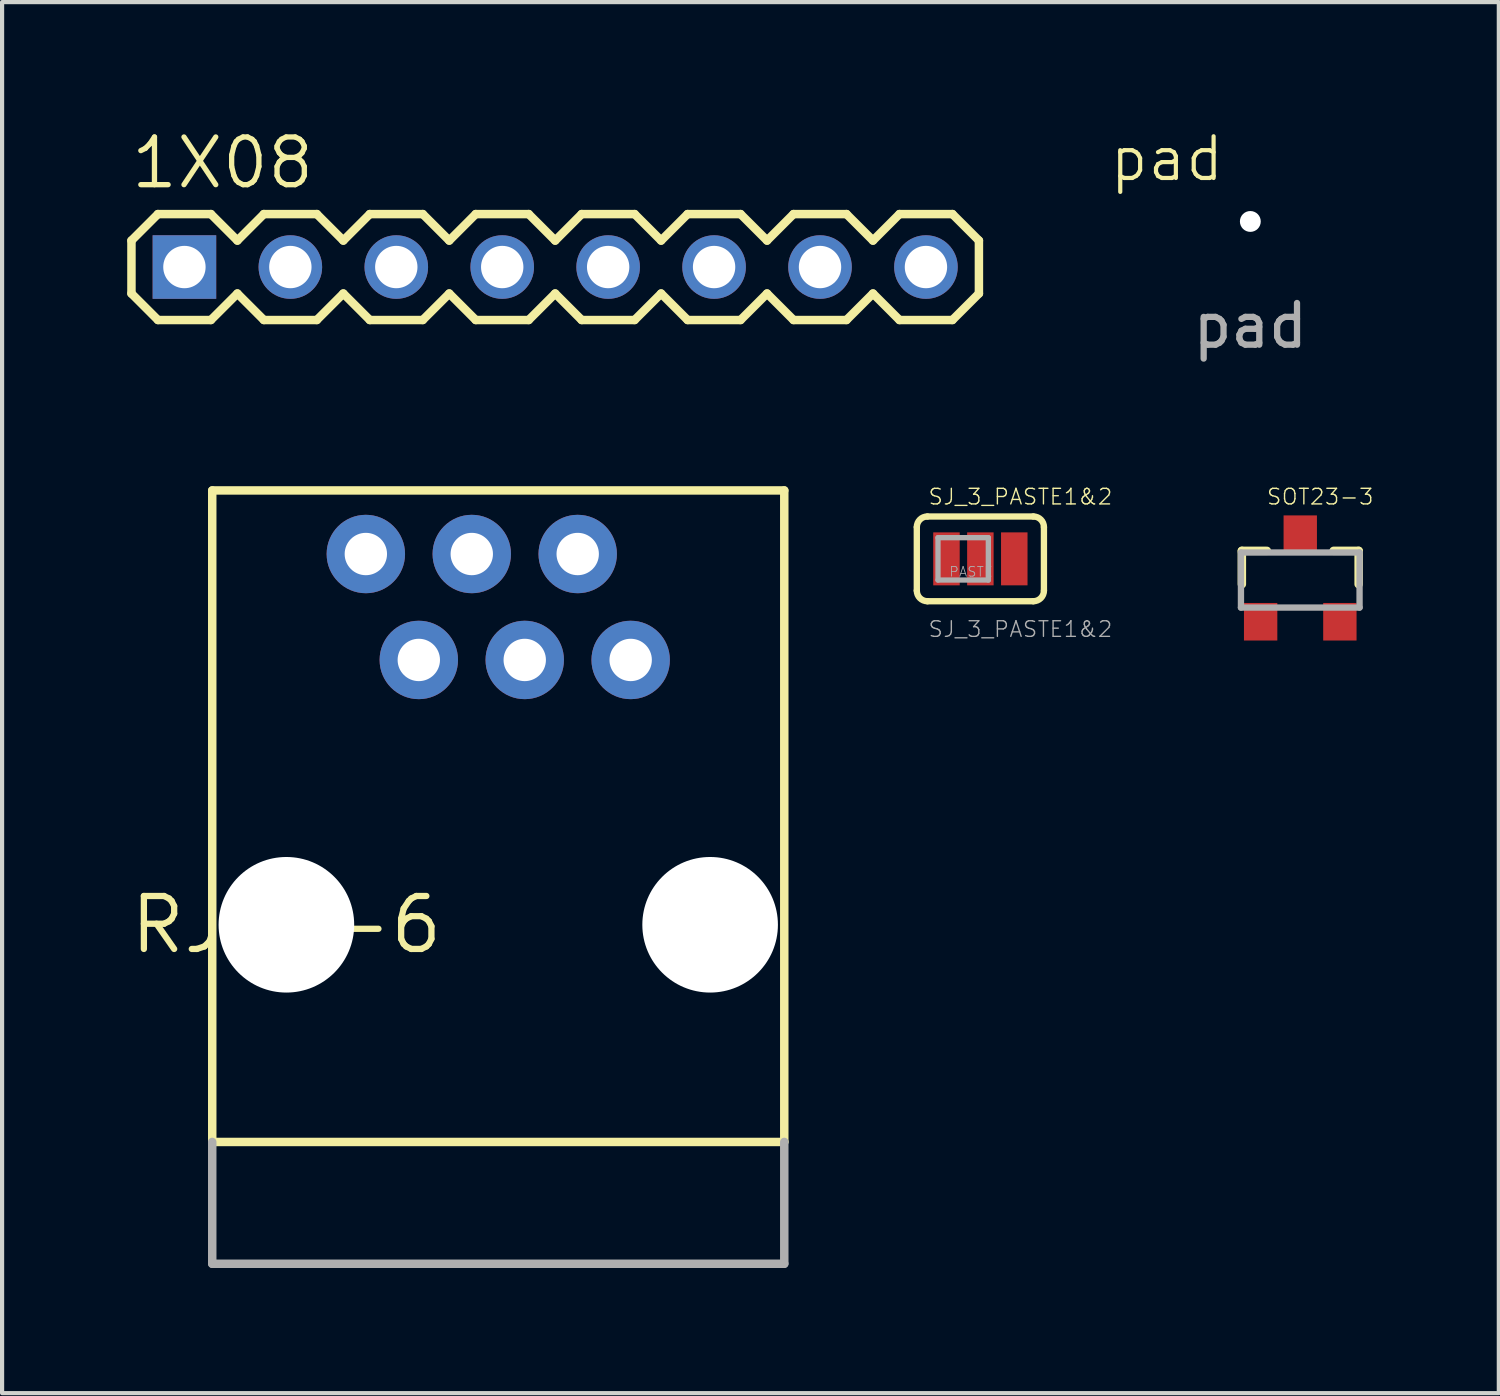
<source format=kicad_pcb>
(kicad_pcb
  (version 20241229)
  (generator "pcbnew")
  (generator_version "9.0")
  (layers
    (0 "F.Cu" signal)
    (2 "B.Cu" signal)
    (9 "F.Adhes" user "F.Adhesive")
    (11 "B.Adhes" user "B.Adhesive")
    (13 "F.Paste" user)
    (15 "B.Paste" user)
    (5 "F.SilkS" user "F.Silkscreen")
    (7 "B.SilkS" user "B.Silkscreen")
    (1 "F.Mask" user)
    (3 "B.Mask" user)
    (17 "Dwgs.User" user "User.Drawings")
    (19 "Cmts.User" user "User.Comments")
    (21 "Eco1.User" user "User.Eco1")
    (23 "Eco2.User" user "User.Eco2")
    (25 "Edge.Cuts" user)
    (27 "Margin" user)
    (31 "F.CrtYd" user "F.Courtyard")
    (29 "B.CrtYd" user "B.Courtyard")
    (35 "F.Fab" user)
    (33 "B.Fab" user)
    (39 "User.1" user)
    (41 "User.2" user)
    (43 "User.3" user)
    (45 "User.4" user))
  (footprint "pad"
    (layer "F.Cu")
    (at 26.93 2.26)
    (property "Reference" "pad" (at -2 -1.5 0) (unlocked yes) (layer "F.SilkS") (effects (font (size 1 1) (thickness 0.1))))
    (fp_text user "${REFERENCE}" (at 0 2.5 0) (unlocked yes) (layer "F.Fab") (effects (font (size 1 1) (thickness 0.15))))
    (pad "" np_thru_hole circle (at 0 0) (size 0.5 0.5) (drill oval 1 4) (layers "*.Cu" "*.Mask")))
  (footprint "SOT23-3"
    (layer "F.Cu")
    (at 28.127 10.858)
    (property "Reference" "SOT23-3" (at -0.826 -1.778 0) (unlocked yes) (layer "F.SilkS") (effects (font (size 0.374 0.374) (thickness 0.033)) (justify left bottom)))
    (fp_line (start -1.4 -0.7) (end -1.4 0.1) (stroke (width 0.203) (type solid)) (layer "F.SilkS"))
    (fp_line (start -0.8 -0.7) (end -1.4 -0.7) (stroke (width 0.203) (type solid)) (layer "F.SilkS"))
    (fp_line (start 0.8 -0.7) (end 1.4 -0.7) (stroke (width 0.203) (type solid)) (layer "F.SilkS"))
    (fp_line (start 1.4 -0.7) (end 1.4 0.1) (stroke (width 0.203) (type solid)) (layer "F.SilkS"))
    (fp_line (start -1.422 -0.66) (end 1.422 -0.66) (stroke (width 0.152) (type solid)) (layer "F.Fab"))
    (fp_line (start -1.422 0.66) (end -1.422 -0.66) (stroke (width 0.152) (type solid)) (layer "F.Fab"))
    (fp_line (start 1.422 -0.66) (end 1.422 0.66) (stroke (width 0.152) (type solid)) (layer "F.Fab"))
    (fp_line (start 1.422 0.66) (end -1.422 0.66) (stroke (width 0.152) (type solid)) (layer "F.Fab"))
    (pad "1" smd rect (at -0.95 1) (size 0.8 0.9) (layers "F.Cu" "F.Mask" "F.Paste"))
    (pad "2" smd rect (at 0.95 1) (size 0.8 0.9) (layers "F.Cu" "F.Mask" "F.Paste"))
    (pad "3" smd rect (at 0 -1.1) (size 0.8 0.9) (layers "F.Cu" "F.Mask" "F.Paste")))
  (footprint "SJ_3_PASTE1&2"
    (layer "F.Cu")
    (at 20.457 10.35)
    (property "Reference" "SJ_3_PASTE1&2" (at -1.27 -1.27 0) (unlocked yes) (layer "F.SilkS") (effects (font (size 0.374 0.374) (thickness 0.033)) (justify left bottom)))
    (property "Value" "SJ_3_PASTE1&2" (at -0.1 0 0) (unlocked yes) (layer "F.Fab") (hide yes) (effects (font (size 0.018 0.018) (thickness 0.002)) (justify left bottom)))
    (fp_line (start -1.524 0.762) (end -1.524 -0.762) (stroke (width 0.152) (type solid)) (layer "F.SilkS"))
    (fp_line (start -1.27 -1.016) (end 1.27 -1.016) (stroke (width 0.152) (type solid)) (layer "F.SilkS"))
    (fp_line (start 1.27 1.016) (end -1.27 1.016) (stroke (width 0.152) (type solid)) (layer "F.SilkS"))
    (fp_line (start 1.524 0.762) (end 1.524 -0.762) (stroke (width 0.152) (type solid)) (layer "F.SilkS"))
    (fp_arc (start -1.524 -0.762) (mid -1.449605 -0.941605) (end -1.27 -1.016) (stroke (width 0.1524) (type solid)) (layer "F.SilkS"))
    (fp_arc (start -1.27 1.016) (mid -1.449605 0.941605) (end -1.524 0.762) (stroke (width 0.1524) (type solid)) (layer "F.SilkS"))
    (fp_arc (start 1.27 -1.016) (mid 1.449605 -0.941605) (end 1.524 -0.762) (stroke (width 0.1524) (type solid)) (layer "F.SilkS"))
    (fp_arc (start 1.524 0.762) (mid 1.449605 0.941605) (end 1.27 1.016) (stroke (width 0.1524) (type solid)) (layer "F.SilkS"))
    (fp_poly (pts (xy -1.448 1.016) (xy 0.279 1.016) (xy 0.279 -0.94) (xy -1.448 -0.94)) (stroke (width 0) (type default)) (fill yes) (layer "F.Paste"))
    (fp_line (start -1.016 -0.508) (end -1.016 0.508) (stroke (width 0.127) (type solid)) (layer "F.Fab"))
    (fp_line (start -1.016 0.508) (end 0.191 0.508) (stroke (width 0.127) (type solid)) (layer "F.Fab"))
    (fp_line (start 0.191 -0.508) (end -1.016 -0.508) (stroke (width 0.127) (type solid)) (layer "F.Fab"))
    (fp_line (start 0.191 0.508) (end 0.191 -0.508) (stroke (width 0.127) (type solid)) (layer "F.Fab"))
    (fp_text user "PASTE" (at -0.762 0.445 0) (unlocked yes) (layer "F.Fab") (effects (font (size 0.234 0.234) (thickness 0.02)) (justify left bottom)))
    (fp_text user "${VALUE}" (at -1.27 1.905 0) (unlocked yes) (layer "F.Fab") (effects (font (size 0.374 0.374) (thickness 0.033)) (justify left bottom)))
    (pad "1" smd rect (at -0.813 0) (size 0.635 1.27) (layers "F.Cu" "F.Mask"))
    (pad "2" smd rect (at 0 0) (size 0.635 1.27) (layers "F.Cu" "F.Mask"))
    (pad "3" smd rect (at 0.813 0) (size 0.635 1.27) (layers "F.Cu" "F.Mask")))
  (footprint "1X08"
    (layer "F.Cu")
    (at 1.372 3.353)
    (property "Reference" "1X08" (at -1.346 -1.829 0) (unlocked yes) (layer "F.SilkS") (effects (font (size 1.143 1.143) (thickness 0.127)) (justify left bottom)))
    (fp_line (start -1.27 -0.635) (end -1.27 0.635) (stroke (width 0.203) (type solid)) (layer "F.SilkS"))
    (fp_line (start -1.27 0.635) (end -0.635 1.27) (stroke (width 0.203) (type solid)) (layer "F.SilkS"))
    (fp_line (start -0.635 -1.27) (end -1.27 -0.635) (stroke (width 0.203) (type solid)) (layer "F.SilkS"))
    (fp_line (start -0.635 -1.27) (end 0.635 -1.27) (stroke (width 0.203) (type solid)) (layer "F.SilkS"))
    (fp_line (start 0.635 -1.27) (end 1.27 -0.635) (stroke (width 0.203) (type solid)) (layer "F.SilkS"))
    (fp_line (start 0.635 1.27) (end -0.635 1.27) (stroke (width 0.203) (type solid)) (layer "F.SilkS"))
    (fp_line (start 1.27 -0.635) (end 1.905 -1.27) (stroke (width 0.203) (type solid)) (layer "F.SilkS"))
    (fp_line (start 1.27 0.635) (end 0.635 1.27) (stroke (width 0.203) (type solid)) (layer "F.SilkS"))
    (fp_line (start 1.905 -1.27) (end 3.175 -1.27) (stroke (width 0.203) (type solid)) (layer "F.SilkS"))
    (fp_line (start 1.905 1.27) (end 1.27 0.635) (stroke (width 0.203) (type solid)) (layer "F.SilkS"))
    (fp_line (start 3.175 -1.27) (end 3.81 -0.635) (stroke (width 0.203) (type solid)) (layer "F.SilkS"))
    (fp_line (start 3.175 1.27) (end 1.905 1.27) (stroke (width 0.203) (type solid)) (layer "F.SilkS"))
    (fp_line (start 3.81 -0.635) (end 4.445 -1.27) (stroke (width 0.203) (type solid)) (layer "F.SilkS"))
    (fp_line (start 3.81 0.635) (end 3.175 1.27) (stroke (width 0.203) (type solid)) (layer "F.SilkS"))
    (fp_line (start 4.445 -1.27) (end 5.715 -1.27) (stroke (width 0.203) (type solid)) (layer "F.SilkS"))
    (fp_line (start 4.445 1.27) (end 3.81 0.635) (stroke (width 0.203) (type solid)) (layer "F.SilkS"))
    (fp_line (start 5.715 -1.27) (end 6.35 -0.635) (stroke (width 0.203) (type solid)) (layer "F.SilkS"))
    (fp_line (start 5.715 1.27) (end 4.445 1.27) (stroke (width 0.203) (type solid)) (layer "F.SilkS"))
    (fp_line (start 6.35 0.635) (end 5.715 1.27) (stroke (width 0.203) (type solid)) (layer "F.SilkS"))
    (fp_line (start 6.35 0.635) (end 6.985 1.27) (stroke (width 0.203) (type solid)) (layer "F.SilkS"))
    (fp_line (start 6.985 -1.27) (end 6.35 -0.635) (stroke (width 0.203) (type solid)) (layer "F.SilkS"))
    (fp_line (start 6.985 -1.27) (end 8.255 -1.27) (stroke (width 0.203) (type solid)) (layer "F.SilkS"))
    (fp_line (start 8.255 -1.27) (end 8.89 -0.635) (stroke (width 0.203) (type solid)) (layer "F.SilkS"))
    (fp_line (start 8.255 1.27) (end 6.985 1.27) (stroke (width 0.203) (type solid)) (layer "F.SilkS"))
    (fp_line (start 8.89 -0.635) (end 9.525 -1.27) (stroke (width 0.203) (type solid)) (layer "F.SilkS"))
    (fp_line (start 8.89 0.635) (end 8.255 1.27) (stroke (width 0.203) (type solid)) (layer "F.SilkS"))
    (fp_line (start 9.525 -1.27) (end 10.795 -1.27) (stroke (width 0.203) (type solid)) (layer "F.SilkS"))
    (fp_line (start 9.525 1.27) (end 8.89 0.635) (stroke (width 0.203) (type solid)) (layer "F.SilkS"))
    (fp_line (start 10.795 -1.27) (end 11.43 -0.635) (stroke (width 0.203) (type solid)) (layer "F.SilkS"))
    (fp_line (start 10.795 1.27) (end 9.525 1.27) (stroke (width 0.203) (type solid)) (layer "F.SilkS"))
    (fp_line (start 11.43 -0.635) (end 12.065 -1.27) (stroke (width 0.203) (type solid)) (layer "F.SilkS"))
    (fp_line (start 11.43 0.635) (end 10.795 1.27) (stroke (width 0.203) (type solid)) (layer "F.SilkS"))
    (fp_line (start 12.065 -1.27) (end 13.335 -1.27) (stroke (width 0.203) (type solid)) (layer "F.SilkS"))
    (fp_line (start 12.065 1.27) (end 11.43 0.635) (stroke (width 0.203) (type solid)) (layer "F.SilkS"))
    (fp_line (start 13.335 -1.27) (end 13.97 -0.635) (stroke (width 0.203) (type solid)) (layer "F.SilkS"))
    (fp_line (start 13.335 1.27) (end 12.065 1.27) (stroke (width 0.203) (type solid)) (layer "F.SilkS"))
    (fp_line (start 13.97 0.635) (end 13.335 1.27) (stroke (width 0.203) (type solid)) (layer "F.SilkS"))
    (fp_line (start 13.97 0.635) (end 14.605 1.27) (stroke (width 0.203) (type solid)) (layer "F.SilkS"))
    (fp_line (start 14.605 -1.27) (end 13.97 -0.635) (stroke (width 0.203) (type solid)) (layer "F.SilkS"))
    (fp_line (start 14.605 -1.27) (end 15.875 -1.27) (stroke (width 0.203) (type solid)) (layer "F.SilkS"))
    (fp_line (start 15.875 -1.27) (end 16.51 -0.635) (stroke (width 0.203) (type solid)) (layer "F.SilkS"))
    (fp_line (start 15.875 1.27) (end 14.605 1.27) (stroke (width 0.203) (type solid)) (layer "F.SilkS"))
    (fp_line (start 16.51 0.635) (end 15.875 1.27) (stroke (width 0.203) (type solid)) (layer "F.SilkS"))
    (fp_line (start 16.51 0.635) (end 17.145 1.27) (stroke (width 0.203) (type solid)) (layer "F.SilkS"))
    (fp_line (start 17.145 -1.27) (end 16.51 -0.635) (stroke (width 0.203) (type solid)) (layer "F.SilkS"))
    (fp_line (start 17.145 -1.27) (end 18.415 -1.27) (stroke (width 0.203) (type solid)) (layer "F.SilkS"))
    (fp_line (start 18.415 -1.27) (end 19.05 -0.635) (stroke (width 0.203) (type solid)) (layer "F.SilkS"))
    (fp_line (start 18.415 1.27) (end 17.145 1.27) (stroke (width 0.203) (type solid)) (layer "F.SilkS"))
    (fp_line (start 19.05 -0.635) (end 19.05 0.635) (stroke (width 0.203) (type solid)) (layer "F.SilkS"))
    (fp_line (start 19.05 0.635) (end 18.415 1.27) (stroke (width 0.203) (type solid)) (layer "F.SilkS"))
    (fp_poly (pts (xy -0.254 0.254) (xy 0.254 0.254) (xy 0.254 -0.254) (xy -0.254 -0.254)) (stroke (width 0.1) (type default)) (fill no) (layer "F.Fab"))
    (fp_poly (pts (xy 2.286 0.254) (xy 2.794 0.254) (xy 2.794 -0.254) (xy 2.286 -0.254)) (stroke (width 0.1) (type default)) (fill no) (layer "F.Fab"))
    (fp_poly (pts (xy 4.826 0.254) (xy 5.334 0.254) (xy 5.334 -0.254) (xy 4.826 -0.254)) (stroke (width 0.1) (type default)) (fill no) (layer "F.Fab"))
    (fp_poly (pts (xy 7.366 0.254) (xy 7.874 0.254) (xy 7.874 -0.254) (xy 7.366 -0.254)) (stroke (width 0.1) (type default)) (fill no) (layer "F.Fab"))
    (fp_poly (pts (xy 9.906 0.254) (xy 10.414 0.254) (xy 10.414 -0.254) (xy 9.906 -0.254)) (stroke (width 0.1) (type default)) (fill no) (layer "F.Fab"))
    (fp_poly (pts (xy 12.446 0.254) (xy 12.954 0.254) (xy 12.954 -0.254) (xy 12.446 -0.254)) (stroke (width 0.1) (type default)) (fill no) (layer "F.Fab"))
    (fp_poly (pts (xy 14.986 0.254) (xy 15.494 0.254) (xy 15.494 -0.254) (xy 14.986 -0.254)) (stroke (width 0.1) (type default)) (fill no) (layer "F.Fab"))
    (fp_poly (pts (xy 17.526 0.254) (xy 18.034 0.254) (xy 18.034 -0.254) (xy 17.526 -0.254)) (stroke (width 0.1) (type default)) (fill no) (layer "F.Fab"))
    (pad "1" thru_hole rect (at 0 0 90) (size 1.524 1.524) (drill 1.016) (layers "*.Cu" "*.Mask"))
    (pad "2" thru_hole circle (at 2.54 0 90) (size 1.524 1.524) (drill 1.016) (layers "*.Cu" "*.Mask"))
    (pad "3" thru_hole circle (at 5.08 0 90) (size 1.524 1.524) (drill 1.016) (layers "*.Cu" "*.Mask"))
    (pad "4" thru_hole circle (at 7.62 0 90) (size 1.524 1.524) (drill 1.016) (layers "*.Cu" "*.Mask"))
    (pad "5" thru_hole circle (at 10.16 0 90) (size 1.524 1.524) (drill 1.016) (layers "*.Cu" "*.Mask"))
    (pad "6" thru_hole circle (at 12.7 0 90) (size 1.524 1.524) (drill 1.016) (layers "*.Cu" "*.Mask"))
    (pad "7" thru_hole circle (at 15.24 0 90) (size 1.524 1.524) (drill 1.016) (layers "*.Cu" "*.Mask"))
    (pad "8" thru_hole circle (at 17.78 0 90) (size 1.524 1.524) (drill 1.016) (layers "*.Cu" "*.Mask")))
  (footprint "RJ11-6"
    (layer "F.Cu")
    (at 3.817 19.124)
    (property "Reference" "RJ11-6" (at 0 0 0) (layer "F.SilkS") (effects (font (size 1.27 1.27) (thickness 0.15))))
    (fp_line (start -1.778 -10.414) (end -1.778 5.207) (stroke (width 0.203) (type solid)) (layer "F.SilkS"))
    (fp_line (start 11.938 -10.414) (end -1.778 -10.414) (stroke (width 0.203) (type solid)) (layer "F.SilkS"))
    (fp_line (start 11.938 5.207) (end -1.778 5.207) (stroke (width 0.203) (type solid)) (layer "F.SilkS"))
    (fp_line (start 11.938 5.207) (end 11.938 -10.414) (stroke (width 0.203) (type solid)) (layer "F.SilkS"))
    (fp_line (start -1.778 5.207) (end -1.778 8.128) (stroke (width 0.203) (type solid)) (layer "F.Fab"))
    (fp_line (start -1.778 8.128) (end 11.938 8.128) (stroke (width 0.203) (type solid)) (layer "F.Fab"))
    (fp_line (start 11.938 8.128) (end 11.938 5.207) (stroke (width 0.203) (type solid)) (layer "F.Fab"))
    (pad "" np_thru_hole circle (at 0 0) (size 3.251 3.251) (drill 3.251) (layers "*.Cu" "*.Mask"))
    (pad "" np_thru_hole circle (at 10.16 0) (size 3.251 3.251) (drill 3.251) (layers "*.Cu" "*.Mask"))
    (pad "1" thru_hole circle (at 1.905 -8.89) (size 1.88 1.88) (drill 1.016) (layers "*.Cu" "*.Mask"))
    (pad "2" thru_hole circle (at 3.175 -6.35) (size 1.88 1.88) (drill 1.016) (layers "*.Cu" "*.Mask"))
    (pad "3" thru_hole circle (at 4.445 -8.89) (size 1.88 1.88) (drill 1.016) (layers "*.Cu" "*.Mask"))
    (pad "4" thru_hole circle (at 5.715 -6.35) (size 1.88 1.88) (drill 1.016) (layers "*.Cu" "*.Mask"))
    (pad "5" thru_hole circle (at 6.985 -8.89) (size 1.88 1.88) (drill 1.016) (layers "*.Cu" "*.Mask"))
    (pad "6" thru_hole circle (at 8.255 -6.35) (size 1.88 1.88) (drill 1.016) (layers "*.Cu" "*.Mask")))
  (gr_rect
    (start -3 -3)
    (end 32.888 30.354)
    (stroke (width 0.1) (type default))
    (fill no)
    (layer "Edge.Cuts")))
</source>
